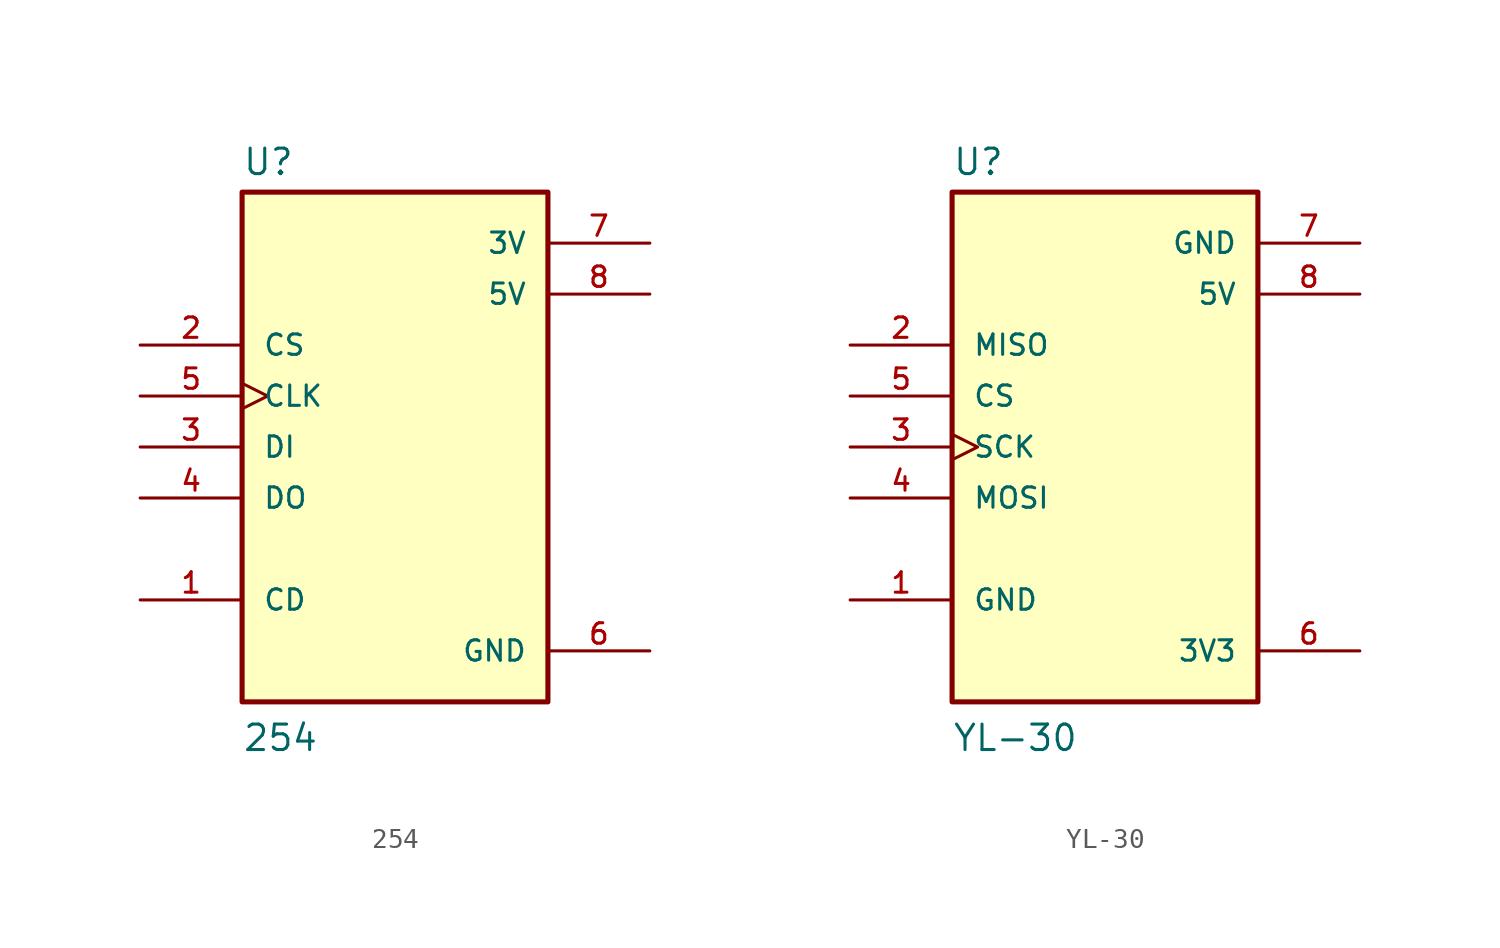
<source format=kicad_sym>
(kicad_symbol_lib
  (version 20241209)
  (generator "kicad_symbol_editor")
  (generator_version "9.0")
  (symbol "254"
    (pin_names
      (offset 1.016))
    (property "Reference" "U"
      (at -7.62 13.462 0)
      (effects (font (size 1.27 1.27)) (justify left bottom)))
    (property "Value" "254"
      (at -7.62 -15.24 0)
      (effects (font (size 1.27 1.27)) (justify left bottom)))
    (symbol "254_0_0"
      (rectangle (start -7.62 -12.7) (end 7.62 12.7) (stroke (width 0.254) (type default)) (fill (type background)))
      (pin input line (at -12.7 5.08 0) (length 5.08) (name "CS" (effects (font (size 1.016 1.016)))) (number "2" (effects (font (size 1.016 1.016)))))
      (pin input clock (at -12.7 2.54 0) (length 5.08) (name "CLK" (effects (font (size 1.016 1.016)))) (number "5" (effects (font (size 1.016 1.016)))))
      (pin input line (at -12.7 0 0) (length 5.08) (name "DI" (effects (font (size 1.016 1.016)))) (number "3" (effects (font (size 1.016 1.016)))))
      (pin output line (at -12.7 -2.54 0) (length 5.08) (name "DO" (effects (font (size 1.016 1.016)))) (number "4" (effects (font (size 1.016 1.016)))))
      (pin bidirectional line (at -12.7 -7.62 0) (length 5.08) (name "CD" (effects (font (size 1.016 1.016)))) (number "1" (effects (font (size 1.016 1.016)))))
      (pin power_in line (at 12.7 10.16 180) (length 5.08) (name "3V" (effects (font (size 1.016 1.016)))) (number "7" (effects (font (size 1.016 1.016)))))
      (pin power_in line (at 12.7 7.62 180) (length 5.08) (name "5V" (effects (font (size 1.016 1.016)))) (number "8" (effects (font (size 1.016 1.016)))))
      (pin power_in line (at 12.7 -10.16 180) (length 5.08) (name "GND" (effects (font (size 1.016 1.016)))) (number "6" (effects (font (size 1.016 1.016)))))))
  (symbol "YL-30"
    (pin_names
      (offset 1.016))
    (property "Reference" "U"
      (at -7.62 13.462 0)
      (effects (font (size 1.27 1.27)) (justify left bottom)))
    (property "Value" "YL-30"
      (at -7.62 -15.24 0)
      (effects (font (size 1.27 1.27)) (justify left bottom)))
    (symbol "YL-30_0_0"
      (rectangle (start -7.62 -12.7) (end 7.62 12.7) (stroke (width 0.254) (type default)) (fill (type background)))
      (pin power_in line (at 12.7 7.62 180) (length 5.08) (name "5V" (effects (font (size 1.016 1.016)))) (number "8" (effects (font (size 1.016 1.016))))))
    (symbol "YL-30_1_0"
      (pin input line (at -12.7 5.08 0) (length 5.08) (name "MISO" (effects (font (size 1.016 1.016)))) (number "2" (effects (font (size 1.016 1.016)))))
      (pin input line (at -12.7 2.54 0) (length 5.08) (name "CS" (effects (font (size 1.016 1.016)))) (number "5" (effects (font (size 1.016 1.016)))))
      (pin input clock (at -12.7 0 0) (length 5.08) (name "SCK" (effects (font (size 1.016 1.016)))) (number "3" (effects (font (size 1.016 1.016)))))
      (pin output line (at -12.7 -2.54 0) (length 5.08) (name "MOSI" (effects (font (size 1.016 1.016)))) (number "4" (effects (font (size 1.016 1.016)))))
      (pin bidirectional line (at -12.7 -7.62 0) (length 5.08) (name "GND" (effects (font (size 1.016 1.016)))) (number "1" (effects (font (size 1.016 1.016)))))
      (pin power_in line (at 12.7 10.16 180) (length 5.08) (name "GND" (effects (font (size 1.016 1.016)))) (number "7" (effects (font (size 1.016 1.016)))))
      (pin power_in line (at 12.7 -10.16 180) (length 5.08) (name "3V3" (effects (font (size 1.016 1.016)))) (number "6" (effects (font (size 1.016 1.016))))))))
</source>
